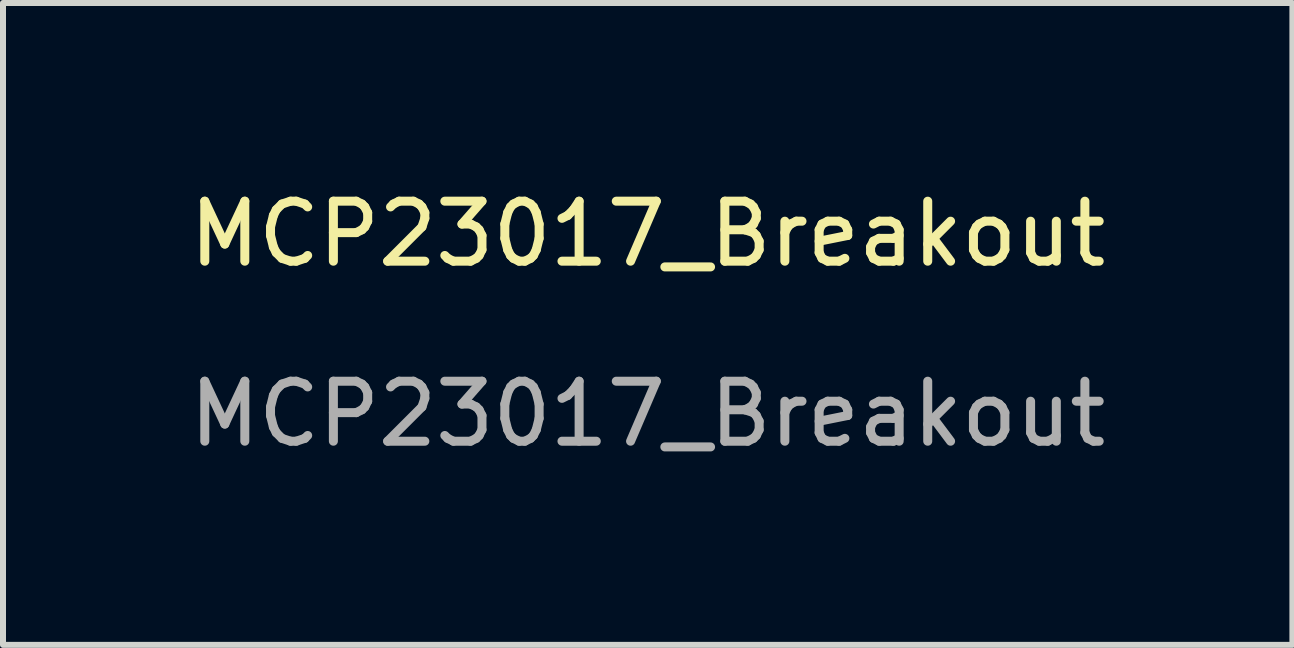
<source format=kicad_pcb>
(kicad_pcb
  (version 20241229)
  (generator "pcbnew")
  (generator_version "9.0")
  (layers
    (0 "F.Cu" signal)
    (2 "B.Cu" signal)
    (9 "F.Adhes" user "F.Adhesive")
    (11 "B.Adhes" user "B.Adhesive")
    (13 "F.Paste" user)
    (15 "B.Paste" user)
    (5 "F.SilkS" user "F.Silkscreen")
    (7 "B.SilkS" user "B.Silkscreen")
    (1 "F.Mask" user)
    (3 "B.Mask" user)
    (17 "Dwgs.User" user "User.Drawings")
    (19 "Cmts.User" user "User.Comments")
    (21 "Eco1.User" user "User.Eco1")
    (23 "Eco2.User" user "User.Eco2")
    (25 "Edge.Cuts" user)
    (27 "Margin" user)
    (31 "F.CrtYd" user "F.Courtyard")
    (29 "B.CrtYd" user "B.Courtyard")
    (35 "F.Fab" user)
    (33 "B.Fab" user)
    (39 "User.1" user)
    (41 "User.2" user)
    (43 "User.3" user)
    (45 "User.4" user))
  (footprint "MCP23017_Breakout"
    (layer "F.Cu")
    (at 7.744 1.348)
    (property "Reference" "MCP23017_Breakout" (at 0 -0.5 0) (unlocked yes) (layer "F.SilkS") (effects (font (size 1 1) (thickness 0.15))))
    (attr through_hole)
    (fp_text user "${REFERENCE}" (at 0 2.5 0) (unlocked yes) (layer "F.Fab") (effects (font (size 1 1) (thickness 0.15)))))
  (gr_rect
    (start -3 -3)
    (end 18.488 7.697)
    (stroke (width 0.1) (type default))
    (fill no)
    (layer "Edge.Cuts")))
</source>
